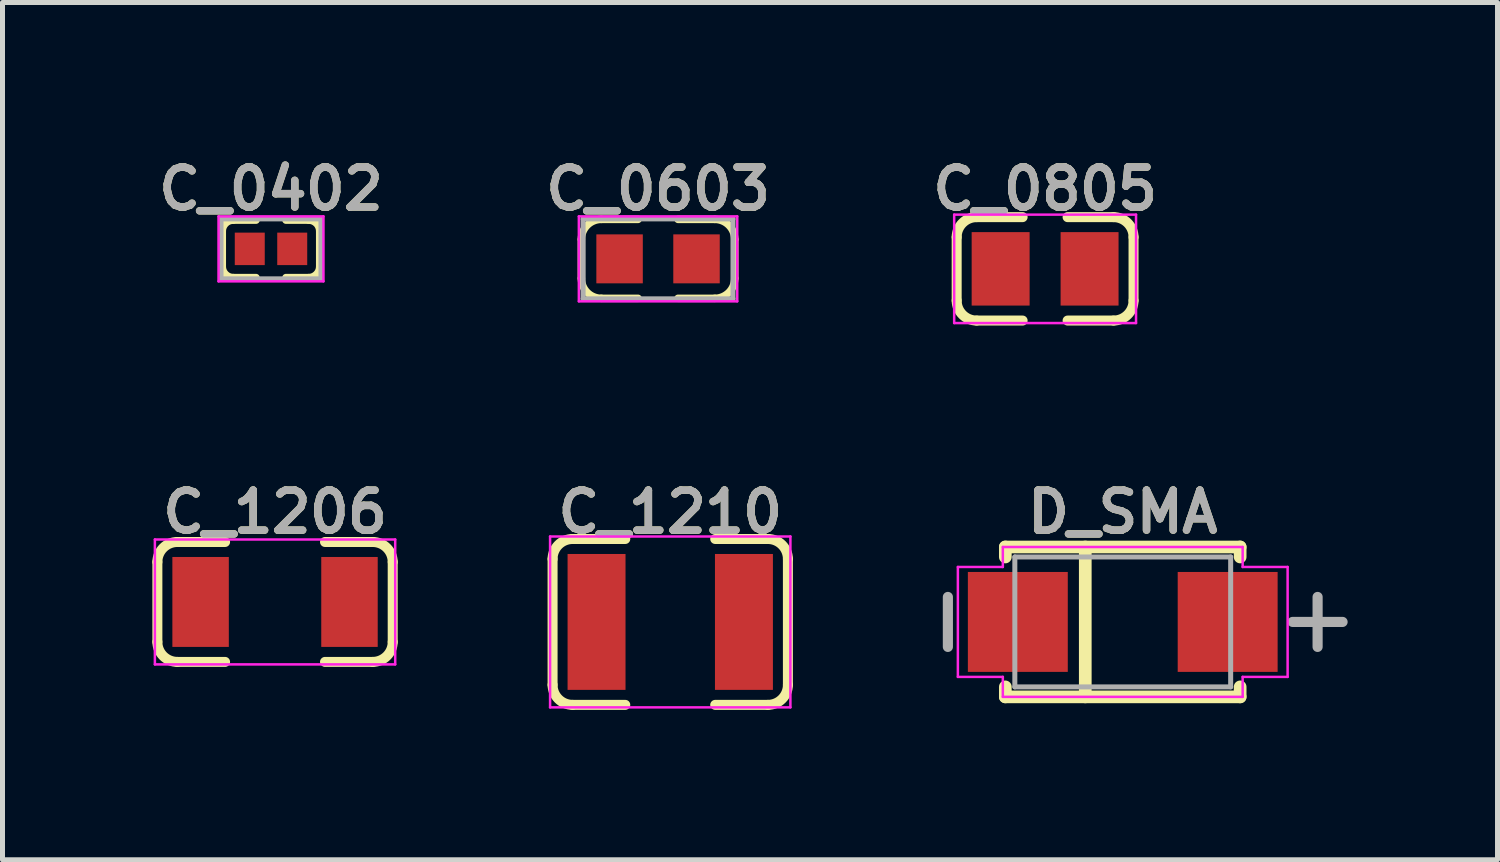
<source format=kicad_pcb>
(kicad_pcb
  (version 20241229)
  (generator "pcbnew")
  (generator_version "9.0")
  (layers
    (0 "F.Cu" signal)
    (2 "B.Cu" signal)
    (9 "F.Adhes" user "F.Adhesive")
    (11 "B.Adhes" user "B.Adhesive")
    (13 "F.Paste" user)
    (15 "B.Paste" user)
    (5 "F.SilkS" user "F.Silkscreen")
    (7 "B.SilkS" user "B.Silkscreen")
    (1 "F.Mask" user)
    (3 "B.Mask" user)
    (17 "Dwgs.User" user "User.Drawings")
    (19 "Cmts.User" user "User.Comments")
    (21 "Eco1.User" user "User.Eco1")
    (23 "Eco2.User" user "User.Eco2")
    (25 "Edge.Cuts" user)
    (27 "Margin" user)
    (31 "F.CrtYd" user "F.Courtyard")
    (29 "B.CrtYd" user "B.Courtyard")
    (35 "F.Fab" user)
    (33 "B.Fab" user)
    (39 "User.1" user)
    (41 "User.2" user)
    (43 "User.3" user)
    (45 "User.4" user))
  (footprint "C_0805"
    (layer "F.Cu")
    (at 17.868 2.331)
    (property "Reference" "C_0805" (at 0 -1.6 0) (layer "F.SilkS") (effects (font (size 0.8 0.8) (thickness 0.15))))
    (attr smd)
    (fp_line (start -1.77 0.635) (end -1.77 -0.635) (stroke (width 0.2) (type solid)) (layer "F.SilkS"))
    (fp_line (start -1.37 -1.035) (end -0.45 -1.035) (stroke (width 0.2) (type solid)) (layer "F.SilkS"))
    (fp_line (start -1.37 1.035) (end -0.45 1.035) (stroke (width 0.2) (type solid)) (layer "F.SilkS"))
    (fp_line (start 0.45 -1.035) (end 1.37 -1.035) (stroke (width 0.2) (type solid)) (layer "F.SilkS"))
    (fp_line (start 0.45 1.035) (end 1.37 1.035) (stroke (width 0.2) (type solid)) (layer "F.SilkS"))
    (fp_line (start 1.77 0.635) (end 1.77 -0.635) (stroke (width 0.2) (type solid)) (layer "F.SilkS"))
    (fp_arc (start -1.77 -0.63501) (mid -1.652843 -0.917853) (end -1.37 -1.03501) (stroke (width 0.2) (type solid)) (layer "F.SilkS"))
    (fp_arc (start -1.37 1.035) (mid -1.652843 0.917843) (end -1.77 0.635) (stroke (width 0.2) (type solid)) (layer "F.SilkS"))
    (fp_arc (start 1.37 -1.035) (mid 1.652843 -0.917843) (end 1.77 -0.635) (stroke (width 0.2) (type solid)) (layer "F.SilkS"))
    (fp_arc (start 1.77 0.635) (mid 1.652843 0.917843) (end 1.37 1.035) (stroke (width 0.2) (type solid)) (layer "F.SilkS"))
    (fp_line (start -1.82 -1.085) (end 1.82 -1.085) (stroke (width 0.05) (type solid)) (layer "F.CrtYd"))
    (fp_line (start -1.82 1.085) (end -1.82 -1.085) (stroke (width 0.05) (type solid)) (layer "F.CrtYd"))
    (fp_line (start 1.82 -1.085) (end 1.82 1.085) (stroke (width 0.05) (type solid)) (layer "F.CrtYd"))
    (fp_line (start 1.82 1.085) (end -1.82 1.085) (stroke (width 0.05) (type solid)) (layer "F.CrtYd"))
    (fp_text user "${REFERENCE}" (at 0 -1.6 0) (layer "F.Fab") (effects (font (size 0.8 0.8) (thickness 0.15))))
    (pad "1" smd rect (at -0.89 0) (size 1.16 1.47) (layers "F.Cu" "F.Mask" "F.Paste"))
    (pad "2" smd rect (at 0.89 0) (size 1.16 1.47) (layers "F.Cu" "F.Mask" "F.Paste")))
  (footprint "D_SMA"
    (layer "F.Cu")
    (at 19.422 9.398)
    (property "Reference" "D_SMA" (at 0 -2.2 0) (layer "F.SilkS") (effects (font (size 0.8 0.8) (thickness 0.15))))
    (attr through_hole)
    (fp_line (start -2.35 -1.5) (end 2.35 -1.5) (stroke (width 0.254) (type solid)) (layer "F.SilkS"))
    (fp_line (start -2.35 -1.3) (end -2.35 -1.5) (stroke (width 0.254) (type solid)) (layer "F.SilkS"))
    (fp_line (start -2.35 1.5) (end -2.35 1.3) (stroke (width 0.254) (type solid)) (layer "F.SilkS"))
    (fp_line (start -2.35 1.5) (end 2.35 1.5) (stroke (width 0.254) (type solid)) (layer "F.SilkS"))
    (fp_line (start -0.75 1.5) (end -0.75 -1.5) (stroke (width 0.254) (type solid)) (layer "F.SilkS"))
    (fp_line (start 2.35 -1.3) (end 2.35 -1.5) (stroke (width 0.254) (type solid)) (layer "F.SilkS"))
    (fp_line (start 2.35 1.5) (end 2.35 1.3) (stroke (width 0.254) (type solid)) (layer "F.SilkS"))
    (fp_line (start -3.3 -1.1) (end -2.4 -1.1) (stroke (width 0.05) (type solid)) (layer "F.CrtYd"))
    (fp_line (start -3.3 1.1) (end -3.3 -1.1) (stroke (width 0.05) (type solid)) (layer "F.CrtYd"))
    (fp_line (start -2.4 -1.5) (end 2.4 -1.5) (stroke (width 0.05) (type solid)) (layer "F.CrtYd"))
    (fp_line (start -2.4 -1.1) (end -2.4 -1.5) (stroke (width 0.05) (type solid)) (layer "F.CrtYd"))
    (fp_line (start -2.4 1.1) (end -3.3 1.1) (stroke (width 0.05) (type solid)) (layer "F.CrtYd"))
    (fp_line (start -2.4 1.5) (end -2.4 1.1) (stroke (width 0.05) (type solid)) (layer "F.CrtYd"))
    (fp_line (start 2.4 -1.5) (end 2.4 -1.1) (stroke (width 0.05) (type solid)) (layer "F.CrtYd"))
    (fp_line (start 2.4 -1.1) (end 3.3 -1.1) (stroke (width 0.05) (type solid)) (layer "F.CrtYd"))
    (fp_line (start 2.4 1.1) (end 2.4 1.5) (stroke (width 0.05) (type solid)) (layer "F.CrtYd"))
    (fp_line (start 2.4 1.5) (end -2.4 1.5) (stroke (width 0.05) (type solid)) (layer "F.CrtYd"))
    (fp_line (start 3.3 -1.1) (end 3.3 1.1) (stroke (width 0.05) (type solid)) (layer "F.CrtYd"))
    (fp_line (start 3.3 1.1) (end 2.4 1.1) (stroke (width 0.05) (type solid)) (layer "F.CrtYd"))
    (fp_line (start -3.5 0.5) (end -3.5 -0.5) (stroke (width 0.203) (type solid)) (layer "F.Fab"))
    (fp_line (start -2.16 -1.3) (end 2.16 -1.3) (stroke (width 0.1) (type solid)) (layer "F.Fab"))
    (fp_line (start -2.16 1.3) (end -2.16 -1.3) (stroke (width 0.1) (type solid)) (layer "F.Fab"))
    (fp_line (start -2.16 1.3) (end 2.16 1.3) (stroke (width 0.1) (type solid)) (layer "F.Fab"))
    (fp_line (start 2.16 1.3) (end 2.16 -1.3) (stroke (width 0.1) (type solid)) (layer "F.Fab"))
    (fp_line (start 3.4 0) (end 4.4 0) (stroke (width 0.203) (type solid)) (layer "F.Fab"))
    (fp_line (start 3.9 0.5) (end 3.9 -0.5) (stroke (width 0.203) (type solid)) (layer "F.Fab"))
    (fp_text user "${REFERENCE}" (at 0 -2.2 0) (layer "F.Fab") (effects (font (size 0.8 0.8) (thickness 0.15))))
    (pad "A" smd rect (at 2.1 0 270) (size 2 2) (layers "F.Cu" "F.Mask" "F.Paste"))
    (pad "K" smd rect (at -2.1 0 270) (size 2 2) (layers "F.Cu" "F.Mask" "F.Paste")))
  (footprint "C_0603"
    (layer "F.Cu")
    (at 10.121 2.131)
    (property "Reference" "C_0603" (at 0 -1.4 0) (layer "F.SilkS") (effects (font (size 0.8 0.8) (thickness 0.15))))
    (attr smd)
    (fp_line (start -1.535 0.39) (end -1.535 -0.39) (stroke (width 0.15) (type solid)) (layer "F.SilkS"))
    (fp_line (start -1.135 -0.79) (end -0.4 -0.79) (stroke (width 0.15) (type solid)) (layer "F.SilkS"))
    (fp_line (start -1.135 0.79) (end -0.4 0.79) (stroke (width 0.15) (type solid)) (layer "F.SilkS"))
    (fp_line (start 0.4 -0.79) (end 1.135 -0.79) (stroke (width 0.15) (type solid)) (layer "F.SilkS"))
    (fp_line (start 0.4 0.79) (end 1.135 0.79) (stroke (width 0.15) (type solid)) (layer "F.SilkS"))
    (fp_line (start 1.535 -0.39) (end 1.535 0.39) (stroke (width 0.15) (type solid)) (layer "F.SilkS"))
    (fp_arc (start -1.535 -0.39) (mid -1.417843 -0.672843) (end -1.135 -0.79) (stroke (width 0.15) (type solid)) (layer "F.SilkS"))
    (fp_arc (start -1.135 0.79) (mid -1.417843 0.672843) (end -1.535 0.39) (stroke (width 0.15) (type solid)) (layer "F.SilkS"))
    (fp_arc (start 1.135 -0.79) (mid 1.417843 -0.672843) (end 1.535 -0.39) (stroke (width 0.15) (type solid)) (layer "F.SilkS"))
    (fp_arc (start 1.535 0.39) (mid 1.417843 0.672843) (end 1.135 0.79) (stroke (width 0.15) (type solid)) (layer "F.SilkS"))
    (fp_line (start -1.585 -0.85) (end 1.585 -0.85) (stroke (width 0.05) (type solid)) (layer "F.CrtYd"))
    (fp_line (start -1.585 0.85) (end -1.585 -0.85) (stroke (width 0.05) (type solid)) (layer "F.CrtYd"))
    (fp_line (start 1.585 -0.85) (end 1.585 0.85) (stroke (width 0.05) (type solid)) (layer "F.CrtYd"))
    (fp_line (start 1.585 0.85) (end -1.585 0.85) (stroke (width 0.05) (type solid)) (layer "F.CrtYd"))
    (fp_line (start -1.5 -0.8) (end 1.5 -0.8) (stroke (width 0.1) (type solid)) (layer "F.Fab"))
    (fp_line (start -1.5 0.8) (end -1.5 -0.8) (stroke (width 0.1) (type solid)) (layer "F.Fab"))
    (fp_line (start -1.5 0.8) (end 1.5 0.8) (stroke (width 0.1) (type solid)) (layer "F.Fab"))
    (fp_line (start 1.5 0.8) (end 1.5 -0.8) (stroke (width 0.1) (type solid)) (layer "F.Fab"))
    (fp_text user "${REFERENCE}" (at 0 -1.4 0) (layer "F.Fab") (effects (font (size 0.8 0.8) (thickness 0.15))))
    (pad "1" smd rect (at -0.77 0) (size 0.93 0.98) (layers "F.Cu" "F.Mask" "F.Paste"))
    (pad "2" smd rect (at 0.77 0) (size 0.93 0.98) (layers "F.Cu" "F.Mask" "F.Paste")))
  (footprint "C_1210"
    (layer "F.Cu")
    (at 10.365 9.398)
    (property "Reference" "C_1210" (at 0 -2.2 0) (layer "F.SilkS") (effects (font (size 0.8 0.8) (thickness 0.15))))
    (attr smd)
    (fp_line (start -2.355 1.26) (end -2.355 -1.26) (stroke (width 0.2) (type solid)) (layer "F.SilkS"))
    (fp_line (start -1.955 -1.66) (end -0.9 -1.66) (stroke (width 0.2) (type solid)) (layer "F.SilkS"))
    (fp_line (start -1.955 1.66) (end -0.9 1.66) (stroke (width 0.2) (type solid)) (layer "F.SilkS"))
    (fp_line (start 0.9 -1.66) (end 1.955 -1.66) (stroke (width 0.2) (type solid)) (layer "F.SilkS"))
    (fp_line (start 0.9 1.66) (end 1.955 1.66) (stroke (width 0.2) (type solid)) (layer "F.SilkS"))
    (fp_line (start 2.355 1.26) (end 2.355 -1.26) (stroke (width 0.2) (type solid)) (layer "F.SilkS"))
    (fp_arc (start -2.355 -1.26) (mid -2.237843 -1.542843) (end -1.955 -1.66) (stroke (width 0.2) (type solid)) (layer "F.SilkS"))
    (fp_arc (start -1.955 1.66) (mid -2.237843 1.542843) (end -2.355 1.26) (stroke (width 0.2) (type solid)) (layer "F.SilkS"))
    (fp_arc (start 1.955 -1.66) (mid 2.237843 -1.542843) (end 2.355 -1.26) (stroke (width 0.2) (type solid)) (layer "F.SilkS"))
    (fp_arc (start 2.355 1.26) (mid 2.237843 1.542843) (end 1.955 1.66) (stroke (width 0.2) (type solid)) (layer "F.SilkS"))
    (fp_line (start -2.405 -1.71) (end 2.405 -1.71) (stroke (width 0.05) (type solid)) (layer "F.CrtYd"))
    (fp_line (start -2.405 1.71) (end -2.405 -1.71) (stroke (width 0.05) (type solid)) (layer "F.CrtYd"))
    (fp_line (start 2.405 -1.71) (end 2.405 1.71) (stroke (width 0.05) (type solid)) (layer "F.CrtYd"))
    (fp_line (start 2.405 1.71) (end -2.405 1.71) (stroke (width 0.05) (type solid)) (layer "F.CrtYd"))
    (fp_text user "${REFERENCE}" (at 0 -2.2 0) (layer "F.Fab") (effects (font (size 0.8 0.8) (thickness 0.15))))
    (pad "1" smd rect (at -1.475 0) (size 1.16 2.72) (layers "F.Cu" "F.Mask" "F.Paste"))
    (pad "2" smd rect (at 1.475 0) (size 1.16 2.72) (layers "F.Cu" "F.Mask" "F.Paste")))
  (footprint "C_1206"
    (layer "F.Cu")
    (at 2.455 8.998)
    (property "Reference" "C_1206" (at 0 -1.8 0) (layer "F.SilkS") (effects (font (size 0.8 0.8) (thickness 0.15))))
    (attr smd)
    (fp_line (start -2.355 0.8) (end -2.355 -0.8) (stroke (width 0.2) (type solid)) (layer "F.SilkS"))
    (fp_line (start -1.955 -1.2) (end -1 -1.2) (stroke (width 0.2) (type solid)) (layer "F.SilkS"))
    (fp_line (start -1.955 1.2) (end -1 1.2) (stroke (width 0.2) (type solid)) (layer "F.SilkS"))
    (fp_line (start 1 -1.2) (end 1.955 -1.2) (stroke (width 0.2) (type solid)) (layer "F.SilkS"))
    (fp_line (start 1 1.2) (end 1.955 1.2) (stroke (width 0.2) (type solid)) (layer "F.SilkS"))
    (fp_line (start 2.355 0.8) (end 2.355 -0.8) (stroke (width 0.2) (type solid)) (layer "F.SilkS"))
    (fp_arc (start -2.355 -0.8) (mid -2.237843 -1.082843) (end -1.955 -1.2) (stroke (width 0.2) (type solid)) (layer "F.SilkS"))
    (fp_arc (start -1.955 1.2) (mid -2.237843 1.082843) (end -2.355 0.8) (stroke (width 0.2) (type solid)) (layer "F.SilkS"))
    (fp_arc (start 1.955 -1.2) (mid 2.237843 -1.082843) (end 2.355 -0.8) (stroke (width 0.2) (type solid)) (layer "F.SilkS"))
    (fp_arc (start 2.355 0.8) (mid 2.237843 1.082843) (end 1.955 1.2) (stroke (width 0.2) (type solid)) (layer "F.SilkS"))
    (fp_line (start -2.405 -1.25) (end 2.405 -1.25) (stroke (width 0.05) (type solid)) (layer "F.CrtYd"))
    (fp_line (start -2.405 1.25) (end -2.405 -1.25) (stroke (width 0.05) (type solid)) (layer "F.CrtYd"))
    (fp_line (start 2.405 -1.25) (end 2.405 1.25) (stroke (width 0.05) (type solid)) (layer "F.CrtYd"))
    (fp_line (start 2.405 1.25) (end -2.405 1.25) (stroke (width 0.05) (type solid)) (layer "F.CrtYd"))
    (fp_text user "${REFERENCE}" (at 0 -1.8 0) (layer "F.Fab") (effects (font (size 0.8 0.8) (thickness 0.15))))
    (pad "1" smd rect (at -1.49 0) (size 1.13 1.8) (layers "F.Cu" "F.Mask" "F.Paste"))
    (pad "2" smd rect (at 1.49 0) (size 1.13 1.8) (layers "F.Cu" "F.Mask" "F.Paste")))
  (footprint "C_0402"
    (layer "F.Cu")
    (at 2.374 1.931)
    (property "Reference" "C_0402" (at 0 -1.2 0) (layer "F.SilkS") (effects (font (size 0.8 0.8) (thickness 0.15))))
    (attr smd)
    (fp_line (start -0.975 0.355) (end -0.975 -0.355) (stroke (width 0.15) (type solid)) (layer "F.SilkS"))
    (fp_line (start -0.75 -0.575) (end -0.3 -0.575) (stroke (width 0.15) (type solid)) (layer "F.SilkS"))
    (fp_line (start -0.75 0.575) (end -0.3 0.575) (stroke (width 0.15) (type solid)) (layer "F.SilkS"))
    (fp_line (start 0.3 -0.575) (end 0.75 -0.575) (stroke (width 0.15) (type solid)) (layer "F.SilkS"))
    (fp_line (start 0.3 0.575) (end 0.75 0.575) (stroke (width 0.15) (type solid)) (layer "F.SilkS"))
    (fp_line (start 0.975 0.355) (end 0.975 -0.355) (stroke (width 0.15) (type solid)) (layer "F.SilkS"))
    (fp_arc (start -0.975 -0.355) (mid -0.910563 -0.510563) (end -0.755 -0.575) (stroke (width 0.15) (type solid)) (layer "F.SilkS"))
    (fp_arc (start -0.755 0.575) (mid -0.910563 0.510563) (end -0.975 0.355) (stroke (width 0.15) (type solid)) (layer "F.SilkS"))
    (fp_arc (start 0.755 -0.575) (mid 0.910563 -0.510563) (end 0.975 -0.355) (stroke (width 0.15) (type solid)) (layer "F.SilkS"))
    (fp_arc (start 0.975 0.355) (mid 0.910563 0.510563) (end 0.755 0.575) (stroke (width 0.15) (type solid)) (layer "F.SilkS"))
    (fp_line (start -1.05 -0.65) (end 1.05 -0.65) (stroke (width 0.05) (type solid)) (layer "F.CrtYd"))
    (fp_line (start -1.05 0.65) (end -1.05 -0.65) (stroke (width 0.05) (type solid)) (layer "F.CrtYd"))
    (fp_line (start 1.05 -0.65) (end 1.05 0.65) (stroke (width 0.05) (type solid)) (layer "F.CrtYd"))
    (fp_line (start 1.05 0.65) (end -1.05 0.65) (stroke (width 0.05) (type solid)) (layer "F.CrtYd"))
    (fp_line (start -1 -0.6) (end 1 -0.6) (stroke (width 0.1) (type solid)) (layer "F.Fab"))
    (fp_line (start -1 0.6) (end -1 -0.6) (stroke (width 0.1) (type solid)) (layer "F.Fab"))
    (fp_line (start -1 0.6) (end 1 0.6) (stroke (width 0.1) (type solid)) (layer "F.Fab"))
    (fp_line (start 1 0.6) (end 1 -0.6) (stroke (width 0.1) (type solid)) (layer "F.Fab"))
    (fp_text user "${REFERENCE}" (at 0 -1.2 0) (layer "F.Fab") (effects (font (size 0.8 0.8) (thickness 0.15))))
    (pad "1" smd rect (at -0.425 0) (size 0.6 0.65) (layers "F.Cu" "F.Mask" "F.Paste"))
    (pad "2" smd rect (at 0.425 0) (size 0.6 0.65) (layers "F.Cu" "F.Mask" "F.Paste")))
  (gr_rect
    (start -3 -3)
    (end 26.923 14.158)
    (stroke (width 0.1) (type default))
    (fill no)
    (layer "Edge.Cuts")))
</source>
